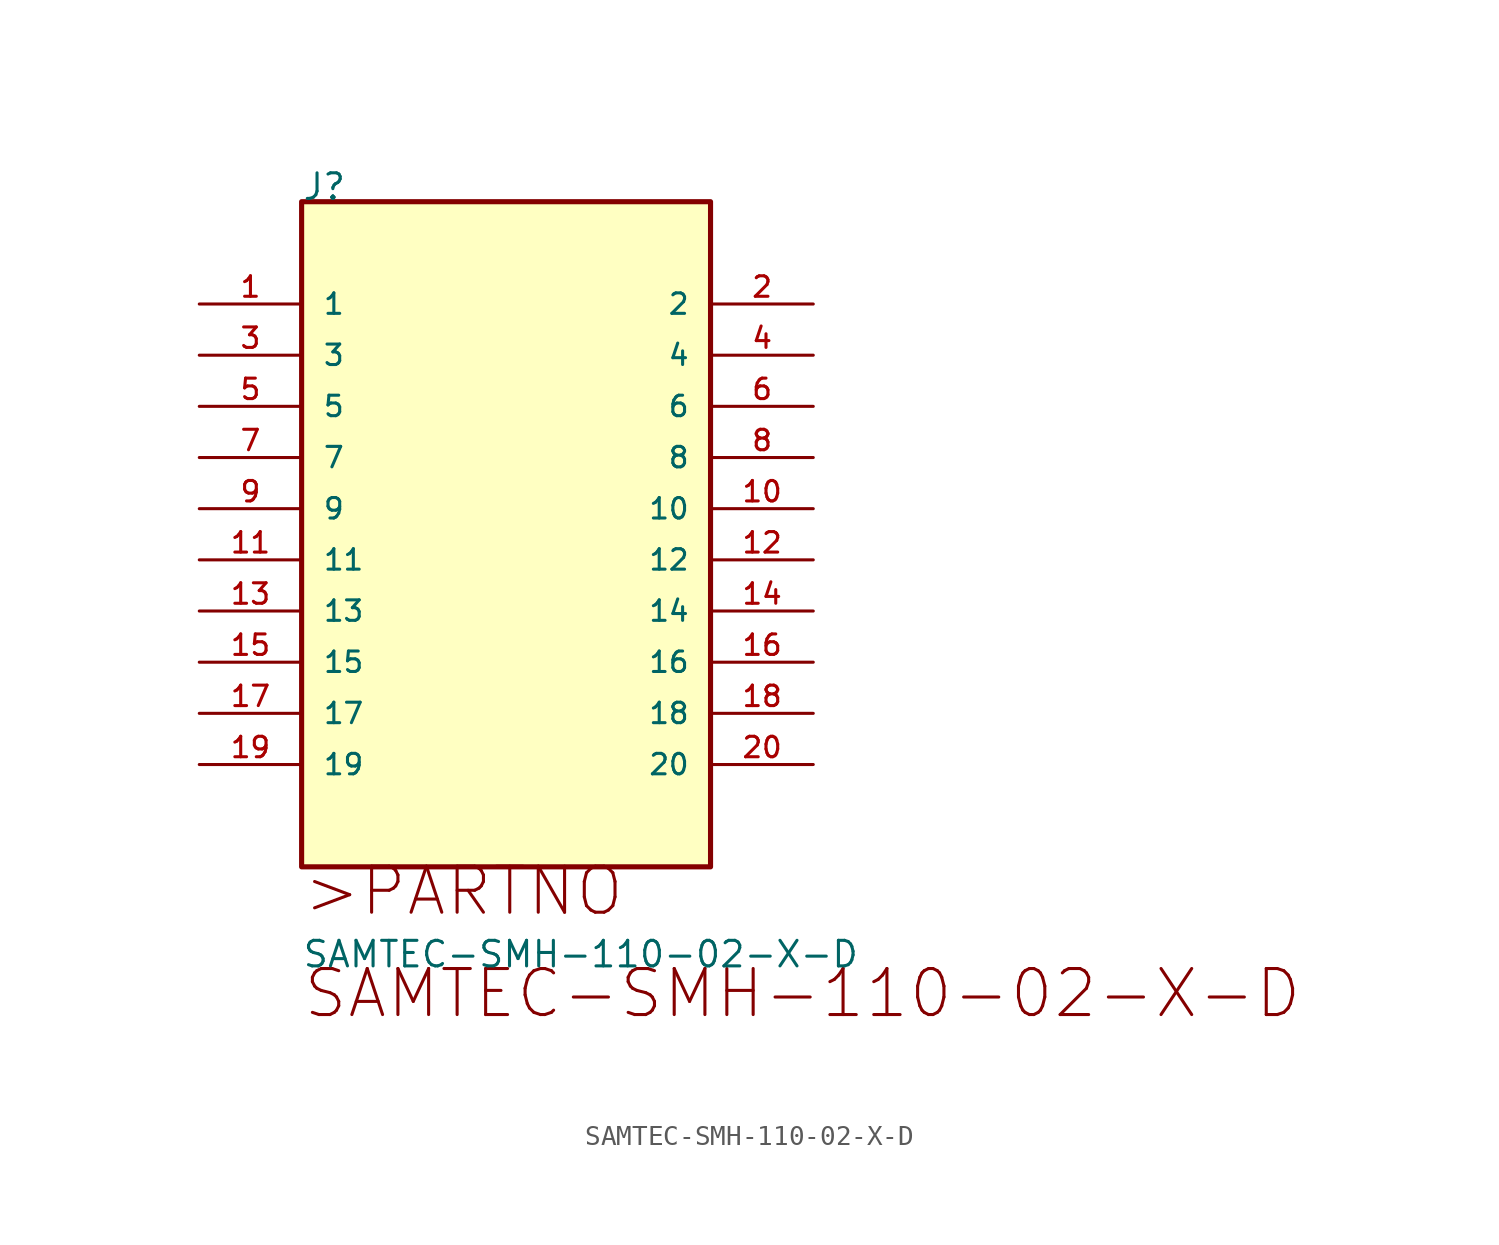
<source format=kicad_sym>
(kicad_symbol_lib
  (version 20211014)
  (generator kicad_symbol_editor)
  (symbol "SAMTEC-SMH-110-02-X-D"
    (pin_names
      (offset 1.016))
    (property "Reference" "J"
      (at 0.0 5.08 0)
      (effects (font (size 1.27 1.27)) (justify bottom left)))
    (property "Value" "SAMTEC-SMH-110-02-X-D"
      (at 0.0 -33.02 0)
      (effects (font (size 1.27 1.27)) (justify bottom left)))
    (symbol "SAMTEC-SMH-110-02-X-D_0_0"
      (text ">PARTNO" (at 0.0 -30.48 0) (effects (font (size 2.286 2.286)) (justify bottom left)))
      (text "SAMTEC-SMH-110-02-X-D" (at 0.0 -35.56 0) (effects (font (size 2.286 2.286)) (justify bottom left)))
      (rectangle (start 0.0 -27.94) (end 20.3 5.08) (stroke (width 0.254)) (fill (type background)))
      (pin passive line (at -5.08 -0.0 0) (length 5.08) (name "1" (effects (font (size 1.016 1.016)))) (number "1" (effects (font (size 1.016 1.016)))))
      (pin passive line (at 25.4 -0.0 180.0) (length 5.08) (name "2" (effects (font (size 1.016 1.016)))) (number "2" (effects (font (size 1.016 1.016)))))
      (pin passive line (at -5.08 -2.54 0) (length 5.08) (name "3" (effects (font (size 1.016 1.016)))) (number "3" (effects (font (size 1.016 1.016)))))
      (pin passive line (at 25.4 -2.54 180.0) (length 5.08) (name "4" (effects (font (size 1.016 1.016)))) (number "4" (effects (font (size 1.016 1.016)))))
      (pin passive line (at -5.08 -5.08 0) (length 5.08) (name "5" (effects (font (size 1.016 1.016)))) (number "5" (effects (font (size 1.016 1.016)))))
      (pin passive line (at 25.4 -5.08 180.0) (length 5.08) (name "6" (effects (font (size 1.016 1.016)))) (number "6" (effects (font (size 1.016 1.016)))))
      (pin passive line (at -5.08 -7.62 0) (length 5.08) (name "7" (effects (font (size 1.016 1.016)))) (number "7" (effects (font (size 1.016 1.016)))))
      (pin passive line (at 25.4 -7.62 180.0) (length 5.08) (name "8" (effects (font (size 1.016 1.016)))) (number "8" (effects (font (size 1.016 1.016)))))
      (pin passive line (at -5.08 -10.16 0) (length 5.08) (name "9" (effects (font (size 1.016 1.016)))) (number "9" (effects (font (size 1.016 1.016)))))
      (pin passive line (at 25.4 -10.16 180.0) (length 5.08) (name "10" (effects (font (size 1.016 1.016)))) (number "10" (effects (font (size 1.016 1.016)))))
      (pin passive line (at -5.08 -12.7 0) (length 5.08) (name "11" (effects (font (size 1.016 1.016)))) (number "11" (effects (font (size 1.016 1.016)))))
      (pin passive line (at 25.4 -12.7 180.0) (length 5.08) (name "12" (effects (font (size 1.016 1.016)))) (number "12" (effects (font (size 1.016 1.016)))))
      (pin passive line (at -5.08 -15.24 0) (length 5.08) (name "13" (effects (font (size 1.016 1.016)))) (number "13" (effects (font (size 1.016 1.016)))))
      (pin passive line (at 25.4 -15.24 180.0) (length 5.08) (name "14" (effects (font (size 1.016 1.016)))) (number "14" (effects (font (size 1.016 1.016)))))
      (pin passive line (at -5.08 -17.78 0) (length 5.08) (name "15" (effects (font (size 1.016 1.016)))) (number "15" (effects (font (size 1.016 1.016)))))
      (pin passive line (at 25.4 -17.78 180.0) (length 5.08) (name "16" (effects (font (size 1.016 1.016)))) (number "16" (effects (font (size 1.016 1.016)))))
      (pin passive line (at -5.08 -20.32 0) (length 5.08) (name "17" (effects (font (size 1.016 1.016)))) (number "17" (effects (font (size 1.016 1.016)))))
      (pin passive line (at 25.4 -20.32 180.0) (length 5.08) (name "18" (effects (font (size 1.016 1.016)))) (number "18" (effects (font (size 1.016 1.016)))))
      (pin passive line (at -5.08 -22.86 0) (length 5.08) (name "19" (effects (font (size 1.016 1.016)))) (number "19" (effects (font (size 1.016 1.016)))))
      (pin passive line (at 25.4 -22.86 180.0) (length 5.08) (name "20" (effects (font (size 1.016 1.016)))) (number "20" (effects (font (size 1.016 1.016))))))))
</source>
